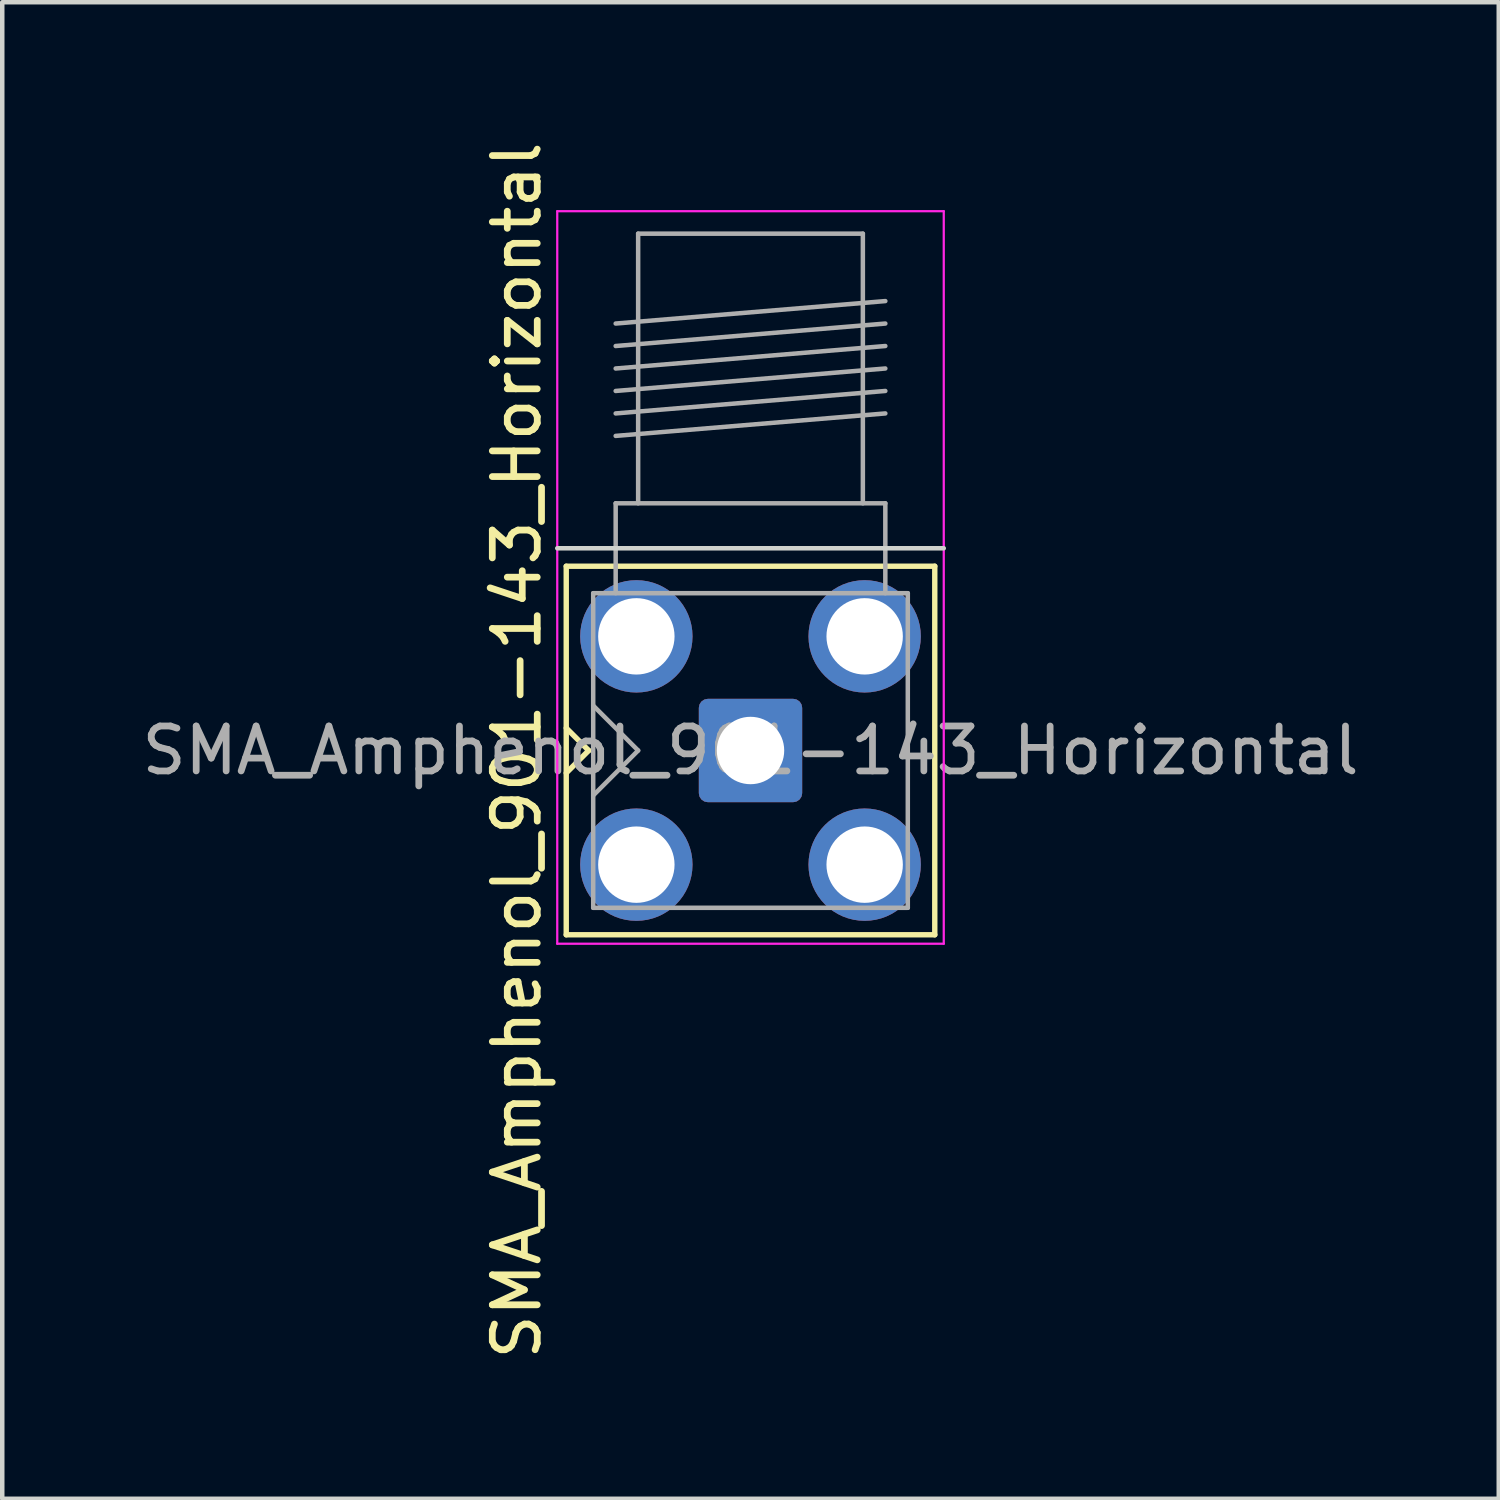
<source format=kicad_pcb>
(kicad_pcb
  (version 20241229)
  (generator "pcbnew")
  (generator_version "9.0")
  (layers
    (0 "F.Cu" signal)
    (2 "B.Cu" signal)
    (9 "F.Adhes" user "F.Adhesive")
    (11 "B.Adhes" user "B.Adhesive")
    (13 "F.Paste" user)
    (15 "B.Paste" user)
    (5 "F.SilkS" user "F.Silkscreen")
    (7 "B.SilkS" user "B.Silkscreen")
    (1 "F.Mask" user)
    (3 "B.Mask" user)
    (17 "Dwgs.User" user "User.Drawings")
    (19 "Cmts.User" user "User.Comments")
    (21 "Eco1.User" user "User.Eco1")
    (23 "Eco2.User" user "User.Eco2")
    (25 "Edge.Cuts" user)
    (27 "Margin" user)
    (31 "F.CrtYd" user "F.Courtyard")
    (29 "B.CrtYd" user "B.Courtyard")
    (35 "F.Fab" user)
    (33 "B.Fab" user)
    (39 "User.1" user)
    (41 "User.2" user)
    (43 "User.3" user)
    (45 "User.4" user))
  (footprint "SMA_Amphenol_901-143_Horizontal"
    (layer "F.Cu")
    (at 17.949 9.149)
    (property "Reference" "SMA_Amphenol_901-143_Horizontal" (at -9.5 4.5 90) (layer "F.SilkS") (effects (font (size 1 1) (thickness 0.15))))
    (attr through_hole)
    (fp_line (start -8.4 0.4) (end -8.4 8.6) (stroke (width 0.12) (type solid)) (layer "F.SilkS"))
    (fp_line (start -8.4 0.4) (end -0.2 0.4) (stroke (width 0.12) (type solid)) (layer "F.SilkS"))
    (fp_line (start -8.4 5) (end -7.9 4.5) (stroke (width 0.12) (type solid)) (layer "F.SilkS"))
    (fp_line (start -8.4 8.6) (end -0.2 8.6) (stroke (width 0.12) (type solid)) (layer "F.SilkS"))
    (fp_line (start -7.9 4.5) (end -8.4 4) (stroke (width 0.12) (type solid)) (layer "F.SilkS"))
    (fp_line (start -0.2 0.4) (end -0.2 8.6) (stroke (width 0.12) (type solid)) (layer "F.SilkS"))
    (fp_line (start 0 0) (end -8.6 0) (stroke (width 0.1) (type solid)) (layer "Edge.Cuts"))
    (fp_line (start -8.6 -7.5) (end -8.6 8.8) (stroke (width 0.05) (type solid)) (layer "F.CrtYd"))
    (fp_line (start -8.6 -7.5) (end 0 -7.5) (stroke (width 0.05) (type solid)) (layer "F.CrtYd"))
    (fp_line (start 0 8.8) (end -8.6 8.8) (stroke (width 0.05) (type solid)) (layer "F.CrtYd"))
    (fp_line (start 0 8.8) (end 0 -7.5) (stroke (width 0.05) (type solid)) (layer "F.CrtYd"))
    (fp_line (start -7.8 1) (end -7.8 8) (stroke (width 0.1) (type solid)) (layer "F.Fab"))
    (fp_line (start -7.8 1) (end -0.8 1) (stroke (width 0.1) (type solid)) (layer "F.Fab"))
    (fp_line (start -7.8 3.5) (end -6.8 4.5) (stroke (width 0.1) (type solid)) (layer "F.Fab"))
    (fp_line (start -7.8 8) (end -0.8 8) (stroke (width 0.1) (type solid)) (layer "F.Fab"))
    (fp_line (start -7.3 -5) (end -1.3 -5.5) (stroke (width 0.1) (type solid)) (layer "F.Fab"))
    (fp_line (start -7.3 -4.5) (end -1.3 -5) (stroke (width 0.1) (type solid)) (layer "F.Fab"))
    (fp_line (start -7.3 -4) (end -1.3 -4.5) (stroke (width 0.1) (type solid)) (layer "F.Fab"))
    (fp_line (start -7.3 -3.5) (end -1.3 -4) (stroke (width 0.1) (type solid)) (layer "F.Fab"))
    (fp_line (start -7.3 -3) (end -1.3 -3.5) (stroke (width 0.1) (type solid)) (layer "F.Fab"))
    (fp_line (start -7.3 -2.5) (end -1.3 -3) (stroke (width 0.1) (type solid)) (layer "F.Fab"))
    (fp_line (start -7.3 -1) (end -7.3 1) (stroke (width 0.1) (type solid)) (layer "F.Fab"))
    (fp_line (start -6.8 -7) (end -6.8 -1) (stroke (width 0.1) (type solid)) (layer "F.Fab"))
    (fp_line (start -6.8 -7) (end -1.8 -7) (stroke (width 0.1) (type solid)) (layer "F.Fab"))
    (fp_line (start -6.8 4.5) (end -7.8 5.5) (stroke (width 0.1) (type solid)) (layer "F.Fab"))
    (fp_line (start -1.8 -7) (end -1.8 -1) (stroke (width 0.1) (type solid)) (layer "F.Fab"))
    (fp_line (start -1.3 -1) (end -7.3 -1) (stroke (width 0.1) (type solid)) (layer "F.Fab"))
    (fp_line (start -1.3 -1) (end -1.3 1) (stroke (width 0.1) (type solid)) (layer "F.Fab"))
    (fp_line (start -0.8 1) (end -0.8 8) (stroke (width 0.1) (type solid)) (layer "F.Fab"))
    (fp_text user "${REFERENCE}" (at -4.3 4.5 0) (layer "F.Fab") (effects (font (size 1 1) (thickness 0.15))))
    (pad "1" thru_hole roundrect (at -4.3 4.5) (size 2.3 2.3) (drill 1.5) (layers "*.Cu" "*.Mask") (remove_unused_layers yes) (keep_end_layers yes) (zone_layer_connections) (roundrect_rratio 0.087))
    (pad "2" thru_hole circle (at -6.84 1.96) (size 2.5 2.5) (drill 1.7) (layers "*.Cu" "*.Mask") (remove_unused_layers yes) (keep_end_layers yes) (zone_layer_connections))
    (pad "2" thru_hole circle (at -6.84 7.04) (size 2.5 2.5) (drill 1.7) (layers "*.Cu" "*.Mask") (remove_unused_layers yes) (keep_end_layers yes) (zone_layer_connections))
    (pad "2" thru_hole circle (at -1.76 1.96) (size 2.5 2.5) (drill 1.7) (layers "*.Cu" "*.Mask") (remove_unused_layers yes) (keep_end_layers yes) (zone_layer_connections))
    (pad "2" thru_hole circle (at -1.76 7.04) (size 2.5 2.5) (drill 1.7) (layers "*.Cu" "*.Mask") (remove_unused_layers yes) (keep_end_layers yes) (zone_layer_connections)))
  (gr_rect
    (start -3 -3)
    (end 30.298 30.298)
    (stroke (width 0.1) (type default))
    (fill no)
    (layer "Edge.Cuts")))
</source>
